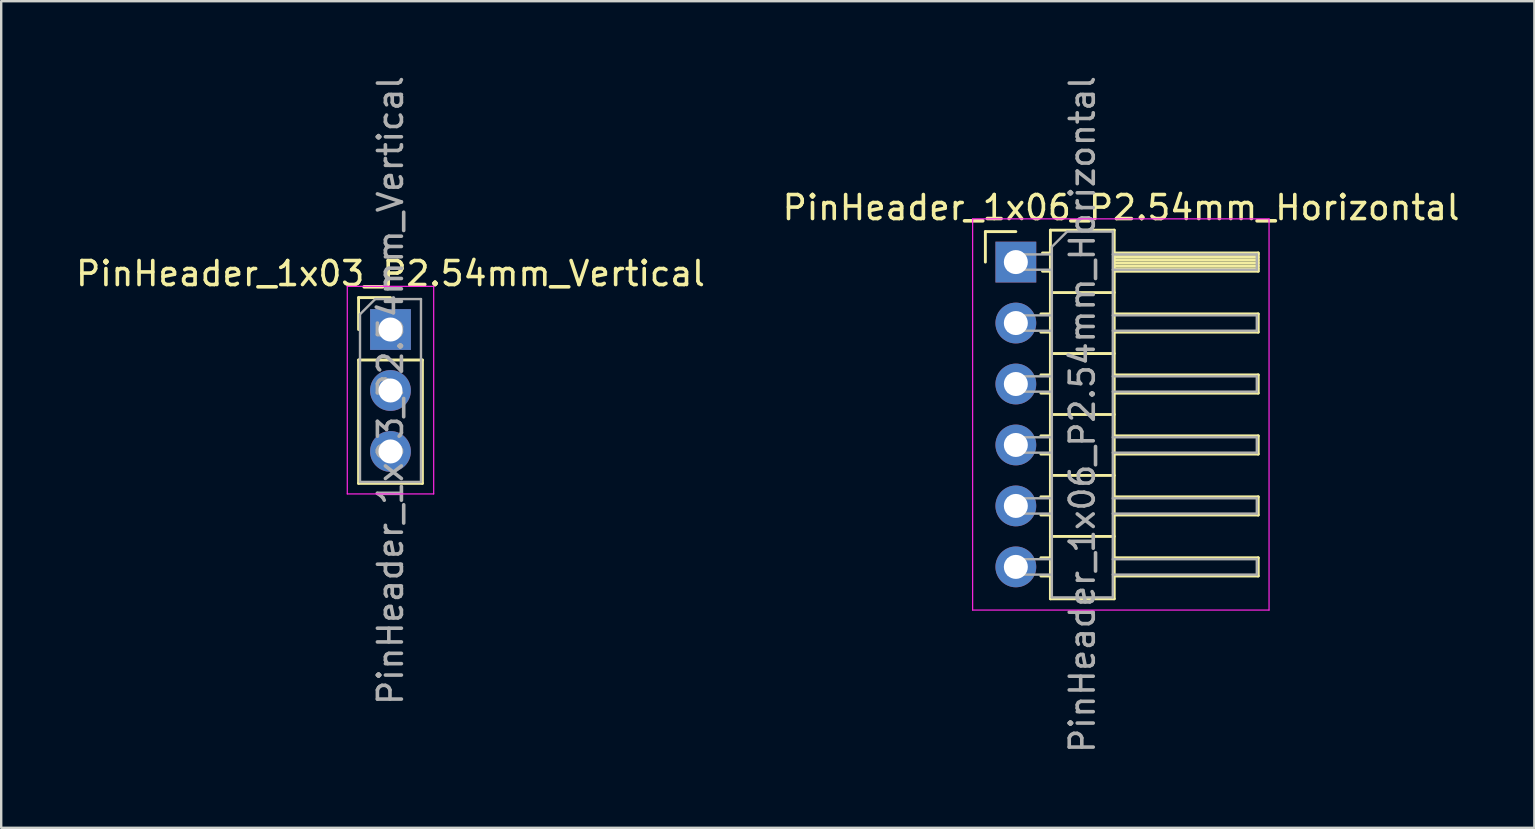
<source format=kicad_pcb>
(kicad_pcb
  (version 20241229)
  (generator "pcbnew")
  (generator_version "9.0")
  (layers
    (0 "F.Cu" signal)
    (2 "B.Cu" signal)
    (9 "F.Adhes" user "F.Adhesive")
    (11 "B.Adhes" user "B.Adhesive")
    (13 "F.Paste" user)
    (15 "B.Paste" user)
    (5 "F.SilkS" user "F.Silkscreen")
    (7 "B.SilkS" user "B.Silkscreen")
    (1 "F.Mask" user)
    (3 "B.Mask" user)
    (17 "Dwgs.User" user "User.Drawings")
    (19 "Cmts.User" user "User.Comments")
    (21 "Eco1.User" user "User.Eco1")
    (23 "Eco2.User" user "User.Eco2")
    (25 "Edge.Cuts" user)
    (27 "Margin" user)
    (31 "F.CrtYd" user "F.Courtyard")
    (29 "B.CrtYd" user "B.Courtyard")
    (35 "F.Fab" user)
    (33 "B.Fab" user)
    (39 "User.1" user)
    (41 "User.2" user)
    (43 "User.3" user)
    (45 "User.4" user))
  (footprint "PinHeader_1x03_P2.54mm_Vertical"
    (layer "F.Cu")
    (at 13.22 10.68)
    (property "Reference" "PinHeader_1x03_P2.54mm_Vertical" (at 0 -2.33 180) (layer "F.SilkS") (effects (font (size 1 1) (thickness 0.15))))
    (attr through_hole)
    (fp_line (start -1.33 -1.33) (end 0 -1.33) (stroke (width 0.12) (type solid)) (layer "F.SilkS"))
    (fp_line (start -1.33 0) (end -1.33 -1.33) (stroke (width 0.12) (type solid)) (layer "F.SilkS"))
    (fp_line (start -1.33 1.27) (end -1.33 6.41) (stroke (width 0.12) (type solid)) (layer "F.SilkS"))
    (fp_line (start -1.33 1.27) (end 1.33 1.27) (stroke (width 0.12) (type solid)) (layer "F.SilkS"))
    (fp_line (start -1.33 6.41) (end 1.33 6.41) (stroke (width 0.12) (type solid)) (layer "F.SilkS"))
    (fp_line (start 1.33 1.27) (end 1.33 6.41) (stroke (width 0.12) (type solid)) (layer "F.SilkS"))
    (fp_line (start -1.8 -1.8) (end -1.8 6.85) (stroke (width 0.05) (type solid)) (layer "F.CrtYd"))
    (fp_line (start -1.8 6.85) (end 1.8 6.85) (stroke (width 0.05) (type solid)) (layer "F.CrtYd"))
    (fp_line (start 1.8 -1.8) (end -1.8 -1.8) (stroke (width 0.05) (type solid)) (layer "F.CrtYd"))
    (fp_line (start 1.8 6.85) (end 1.8 -1.8) (stroke (width 0.05) (type solid)) (layer "F.CrtYd"))
    (fp_line (start -1.27 -0.635) (end -0.635 -1.27) (stroke (width 0.1) (type solid)) (layer "F.Fab"))
    (fp_line (start -1.27 6.35) (end -1.27 -0.635) (stroke (width 0.1) (type solid)) (layer "F.Fab"))
    (fp_line (start -0.635 -1.27) (end 1.27 -1.27) (stroke (width 0.1) (type solid)) (layer "F.Fab"))
    (fp_line (start 1.27 -1.27) (end 1.27 6.35) (stroke (width 0.1) (type solid)) (layer "F.Fab"))
    (fp_line (start 1.27 6.35) (end -1.27 6.35) (stroke (width 0.1) (type solid)) (layer "F.Fab"))
    (fp_text user "${REFERENCE}" (at 0 2.54 90) (layer "F.Fab") (effects (font (size 1 1) (thickness 0.15))))
    (pad "1" thru_hole rect (at 0 0) (size 1.7 1.7) (drill 1) (layers "*.Cu" "*.Mask"))
    (pad "2" thru_hole oval (at 0 2.54) (size 1.7 1.7) (drill 1) (layers "*.Cu" "*.Mask"))
    (pad "3" thru_hole oval (at 0 5.08) (size 1.7 1.7) (drill 1) (layers "*.Cu" "*.Mask")))
  (footprint "PinHeader_1x06_P2.54mm_Horizontal"
    (layer "F.Cu")
    (at 39.276 7.87)
    (property "Reference" "PinHeader_1x06_P2.54mm_Horizontal" (at 4.385 -2.27 0) (layer "F.SilkS") (effects (font (size 1 1) (thickness 0.15))))
    (attr through_hole)
    (fp_line (start -1.27 -1.27) (end 0 -1.27) (stroke (width 0.12) (type solid)) (layer "F.SilkS"))
    (fp_line (start -1.27 0) (end -1.27 -1.27) (stroke (width 0.12) (type solid)) (layer "F.SilkS"))
    (fp_line (start 1.043 2.16) (end 1.44 2.16) (stroke (width 0.12) (type solid)) (layer "F.SilkS"))
    (fp_line (start 1.043 2.92) (end 1.44 2.92) (stroke (width 0.12) (type solid)) (layer "F.SilkS"))
    (fp_line (start 1.043 4.7) (end 1.44 4.7) (stroke (width 0.12) (type solid)) (layer "F.SilkS"))
    (fp_line (start 1.043 5.46) (end 1.44 5.46) (stroke (width 0.12) (type solid)) (layer "F.SilkS"))
    (fp_line (start 1.043 7.24) (end 1.44 7.24) (stroke (width 0.12) (type solid)) (layer "F.SilkS"))
    (fp_line (start 1.043 8) (end 1.44 8) (stroke (width 0.12) (type solid)) (layer "F.SilkS"))
    (fp_line (start 1.043 9.78) (end 1.44 9.78) (stroke (width 0.12) (type solid)) (layer "F.SilkS"))
    (fp_line (start 1.043 10.54) (end 1.44 10.54) (stroke (width 0.12) (type solid)) (layer "F.SilkS"))
    (fp_line (start 1.043 12.32) (end 1.44 12.32) (stroke (width 0.12) (type solid)) (layer "F.SilkS"))
    (fp_line (start 1.043 13.08) (end 1.44 13.08) (stroke (width 0.12) (type solid)) (layer "F.SilkS"))
    (fp_line (start 1.11 -0.38) (end 1.44 -0.38) (stroke (width 0.12) (type solid)) (layer "F.SilkS"))
    (fp_line (start 1.11 0.38) (end 1.44 0.38) (stroke (width 0.12) (type solid)) (layer "F.SilkS"))
    (fp_line (start 1.44 -1.33) (end 1.44 14.03) (stroke (width 0.12) (type solid)) (layer "F.SilkS"))
    (fp_line (start 1.44 1.27) (end 4.1 1.27) (stroke (width 0.12) (type solid)) (layer "F.SilkS"))
    (fp_line (start 1.44 3.81) (end 4.1 3.81) (stroke (width 0.12) (type solid)) (layer "F.SilkS"))
    (fp_line (start 1.44 6.35) (end 4.1 6.35) (stroke (width 0.12) (type solid)) (layer "F.SilkS"))
    (fp_line (start 1.44 8.89) (end 4.1 8.89) (stroke (width 0.12) (type solid)) (layer "F.SilkS"))
    (fp_line (start 1.44 11.43) (end 4.1 11.43) (stroke (width 0.12) (type solid)) (layer "F.SilkS"))
    (fp_line (start 1.44 14.03) (end 4.1 14.03) (stroke (width 0.12) (type solid)) (layer "F.SilkS"))
    (fp_line (start 4.1 -1.33) (end 1.44 -1.33) (stroke (width 0.12) (type solid)) (layer "F.SilkS"))
    (fp_line (start 4.1 -0.38) (end 10.1 -0.38) (stroke (width 0.12) (type solid)) (layer "F.SilkS"))
    (fp_line (start 4.1 -0.32) (end 10.1 -0.32) (stroke (width 0.12) (type solid)) (layer "F.SilkS"))
    (fp_line (start 4.1 -0.2) (end 10.1 -0.2) (stroke (width 0.12) (type solid)) (layer "F.SilkS"))
    (fp_line (start 4.1 -0.08) (end 10.1 -0.08) (stroke (width 0.12) (type solid)) (layer "F.SilkS"))
    (fp_line (start 4.1 0.04) (end 10.1 0.04) (stroke (width 0.12) (type solid)) (layer "F.SilkS"))
    (fp_line (start 4.1 0.16) (end 10.1 0.16) (stroke (width 0.12) (type solid)) (layer "F.SilkS"))
    (fp_line (start 4.1 0.28) (end 10.1 0.28) (stroke (width 0.12) (type solid)) (layer "F.SilkS"))
    (fp_line (start 4.1 2.16) (end 10.1 2.16) (stroke (width 0.12) (type solid)) (layer "F.SilkS"))
    (fp_line (start 4.1 4.7) (end 10.1 4.7) (stroke (width 0.12) (type solid)) (layer "F.SilkS"))
    (fp_line (start 4.1 7.24) (end 10.1 7.24) (stroke (width 0.12) (type solid)) (layer "F.SilkS"))
    (fp_line (start 4.1 9.78) (end 10.1 9.78) (stroke (width 0.12) (type solid)) (layer "F.SilkS"))
    (fp_line (start 4.1 12.32) (end 10.1 12.32) (stroke (width 0.12) (type solid)) (layer "F.SilkS"))
    (fp_line (start 4.1 14.03) (end 4.1 -1.33) (stroke (width 0.12) (type solid)) (layer "F.SilkS"))
    (fp_line (start 10.1 -0.38) (end 10.1 0.38) (stroke (width 0.12) (type solid)) (layer "F.SilkS"))
    (fp_line (start 10.1 0.38) (end 4.1 0.38) (stroke (width 0.12) (type solid)) (layer "F.SilkS"))
    (fp_line (start 10.1 2.16) (end 10.1 2.92) (stroke (width 0.12) (type solid)) (layer "F.SilkS"))
    (fp_line (start 10.1 2.92) (end 4.1 2.92) (stroke (width 0.12) (type solid)) (layer "F.SilkS"))
    (fp_line (start 10.1 4.7) (end 10.1 5.46) (stroke (width 0.12) (type solid)) (layer "F.SilkS"))
    (fp_line (start 10.1 5.46) (end 4.1 5.46) (stroke (width 0.12) (type solid)) (layer "F.SilkS"))
    (fp_line (start 10.1 7.24) (end 10.1 8) (stroke (width 0.12) (type solid)) (layer "F.SilkS"))
    (fp_line (start 10.1 8) (end 4.1 8) (stroke (width 0.12) (type solid)) (layer "F.SilkS"))
    (fp_line (start 10.1 9.78) (end 10.1 10.54) (stroke (width 0.12) (type solid)) (layer "F.SilkS"))
    (fp_line (start 10.1 10.54) (end 4.1 10.54) (stroke (width 0.12) (type solid)) (layer "F.SilkS"))
    (fp_line (start 10.1 12.32) (end 10.1 13.08) (stroke (width 0.12) (type solid)) (layer "F.SilkS"))
    (fp_line (start 10.1 13.08) (end 4.1 13.08) (stroke (width 0.12) (type solid)) (layer "F.SilkS"))
    (fp_line (start -1.8 -1.8) (end -1.8 14.5) (stroke (width 0.05) (type solid)) (layer "F.CrtYd"))
    (fp_line (start -1.8 14.5) (end 10.55 14.5) (stroke (width 0.05) (type solid)) (layer "F.CrtYd"))
    (fp_line (start 10.55 -1.8) (end -1.8 -1.8) (stroke (width 0.05) (type solid)) (layer "F.CrtYd"))
    (fp_line (start 10.55 14.5) (end 10.55 -1.8) (stroke (width 0.05) (type solid)) (layer "F.CrtYd"))
    (fp_line (start -0.32 -0.32) (end -0.32 0.32) (stroke (width 0.1) (type solid)) (layer "F.Fab"))
    (fp_line (start -0.32 -0.32) (end 1.5 -0.32) (stroke (width 0.1) (type solid)) (layer "F.Fab"))
    (fp_line (start -0.32 0.32) (end 1.5 0.32) (stroke (width 0.1) (type solid)) (layer "F.Fab"))
    (fp_line (start -0.32 2.22) (end -0.32 2.86) (stroke (width 0.1) (type solid)) (layer "F.Fab"))
    (fp_line (start -0.32 2.22) (end 1.5 2.22) (stroke (width 0.1) (type solid)) (layer "F.Fab"))
    (fp_line (start -0.32 2.86) (end 1.5 2.86) (stroke (width 0.1) (type solid)) (layer "F.Fab"))
    (fp_line (start -0.32 4.76) (end -0.32 5.4) (stroke (width 0.1) (type solid)) (layer "F.Fab"))
    (fp_line (start -0.32 4.76) (end 1.5 4.76) (stroke (width 0.1) (type solid)) (layer "F.Fab"))
    (fp_line (start -0.32 5.4) (end 1.5 5.4) (stroke (width 0.1) (type solid)) (layer "F.Fab"))
    (fp_line (start -0.32 7.3) (end -0.32 7.94) (stroke (width 0.1) (type solid)) (layer "F.Fab"))
    (fp_line (start -0.32 7.3) (end 1.5 7.3) (stroke (width 0.1) (type solid)) (layer "F.Fab"))
    (fp_line (start -0.32 7.94) (end 1.5 7.94) (stroke (width 0.1) (type solid)) (layer "F.Fab"))
    (fp_line (start -0.32 9.84) (end -0.32 10.48) (stroke (width 0.1) (type solid)) (layer "F.Fab"))
    (fp_line (start -0.32 9.84) (end 1.5 9.84) (stroke (width 0.1) (type solid)) (layer "F.Fab"))
    (fp_line (start -0.32 10.48) (end 1.5 10.48) (stroke (width 0.1) (type solid)) (layer "F.Fab"))
    (fp_line (start -0.32 12.38) (end -0.32 13.02) (stroke (width 0.1) (type solid)) (layer "F.Fab"))
    (fp_line (start -0.32 12.38) (end 1.5 12.38) (stroke (width 0.1) (type solid)) (layer "F.Fab"))
    (fp_line (start -0.32 13.02) (end 1.5 13.02) (stroke (width 0.1) (type solid)) (layer "F.Fab"))
    (fp_line (start 1.5 -0.635) (end 2.135 -1.27) (stroke (width 0.1) (type solid)) (layer "F.Fab"))
    (fp_line (start 1.5 13.97) (end 1.5 -0.635) (stroke (width 0.1) (type solid)) (layer "F.Fab"))
    (fp_line (start 2.135 -1.27) (end 4.04 -1.27) (stroke (width 0.1) (type solid)) (layer "F.Fab"))
    (fp_line (start 4.04 -1.27) (end 4.04 13.97) (stroke (width 0.1) (type solid)) (layer "F.Fab"))
    (fp_line (start 4.04 -0.32) (end 10.04 -0.32) (stroke (width 0.1) (type solid)) (layer "F.Fab"))
    (fp_line (start 4.04 0.32) (end 10.04 0.32) (stroke (width 0.1) (type solid)) (layer "F.Fab"))
    (fp_line (start 4.04 2.22) (end 10.04 2.22) (stroke (width 0.1) (type solid)) (layer "F.Fab"))
    (fp_line (start 4.04 2.86) (end 10.04 2.86) (stroke (width 0.1) (type solid)) (layer "F.Fab"))
    (fp_line (start 4.04 4.76) (end 10.04 4.76) (stroke (width 0.1) (type solid)) (layer "F.Fab"))
    (fp_line (start 4.04 5.4) (end 10.04 5.4) (stroke (width 0.1) (type solid)) (layer "F.Fab"))
    (fp_line (start 4.04 7.3) (end 10.04 7.3) (stroke (width 0.1) (type solid)) (layer "F.Fab"))
    (fp_line (start 4.04 7.94) (end 10.04 7.94) (stroke (width 0.1) (type solid)) (layer "F.Fab"))
    (fp_line (start 4.04 9.84) (end 10.04 9.84) (stroke (width 0.1) (type solid)) (layer "F.Fab"))
    (fp_line (start 4.04 10.48) (end 10.04 10.48) (stroke (width 0.1) (type solid)) (layer "F.Fab"))
    (fp_line (start 4.04 12.38) (end 10.04 12.38) (stroke (width 0.1) (type solid)) (layer "F.Fab"))
    (fp_line (start 4.04 13.02) (end 10.04 13.02) (stroke (width 0.1) (type solid)) (layer "F.Fab"))
    (fp_line (start 4.04 13.97) (end 1.5 13.97) (stroke (width 0.1) (type solid)) (layer "F.Fab"))
    (fp_line (start 10.04 -0.32) (end 10.04 0.32) (stroke (width 0.1) (type solid)) (layer "F.Fab"))
    (fp_line (start 10.04 2.22) (end 10.04 2.86) (stroke (width 0.1) (type solid)) (layer "F.Fab"))
    (fp_line (start 10.04 4.76) (end 10.04 5.4) (stroke (width 0.1) (type solid)) (layer "F.Fab"))
    (fp_line (start 10.04 7.3) (end 10.04 7.94) (stroke (width 0.1) (type solid)) (layer "F.Fab"))
    (fp_line (start 10.04 9.84) (end 10.04 10.48) (stroke (width 0.1) (type solid)) (layer "F.Fab"))
    (fp_line (start 10.04 12.38) (end 10.04 13.02) (stroke (width 0.1) (type solid)) (layer "F.Fab"))
    (fp_text user "${REFERENCE}" (at 2.77 6.35 90) (layer "F.Fab") (effects (font (size 1 1) (thickness 0.15))))
    (pad "1" thru_hole rect (at 0 0) (size 1.7 1.7) (drill 1) (layers "*.Cu" "*.Mask"))
    (pad "2" thru_hole oval (at 0 2.54) (size 1.7 1.7) (drill 1) (layers "*.Cu" "*.Mask"))
    (pad "3" thru_hole oval (at 0 5.08) (size 1.7 1.7) (drill 1) (layers "*.Cu" "*.Mask"))
    (pad "4" thru_hole oval (at 0 7.62) (size 1.7 1.7) (drill 1) (layers "*.Cu" "*.Mask"))
    (pad "5" thru_hole oval (at 0 10.16) (size 1.7 1.7) (drill 1) (layers "*.Cu" "*.Mask"))
    (pad "6" thru_hole oval (at 0 12.7) (size 1.7 1.7) (drill 1) (layers "*.Cu" "*.Mask")))
  (gr_rect
    (start -3 -3)
    (end 60.881 31.44)
    (stroke (width 0.1) (type default))
    (fill no)
    (layer "Edge.Cuts")))
</source>
